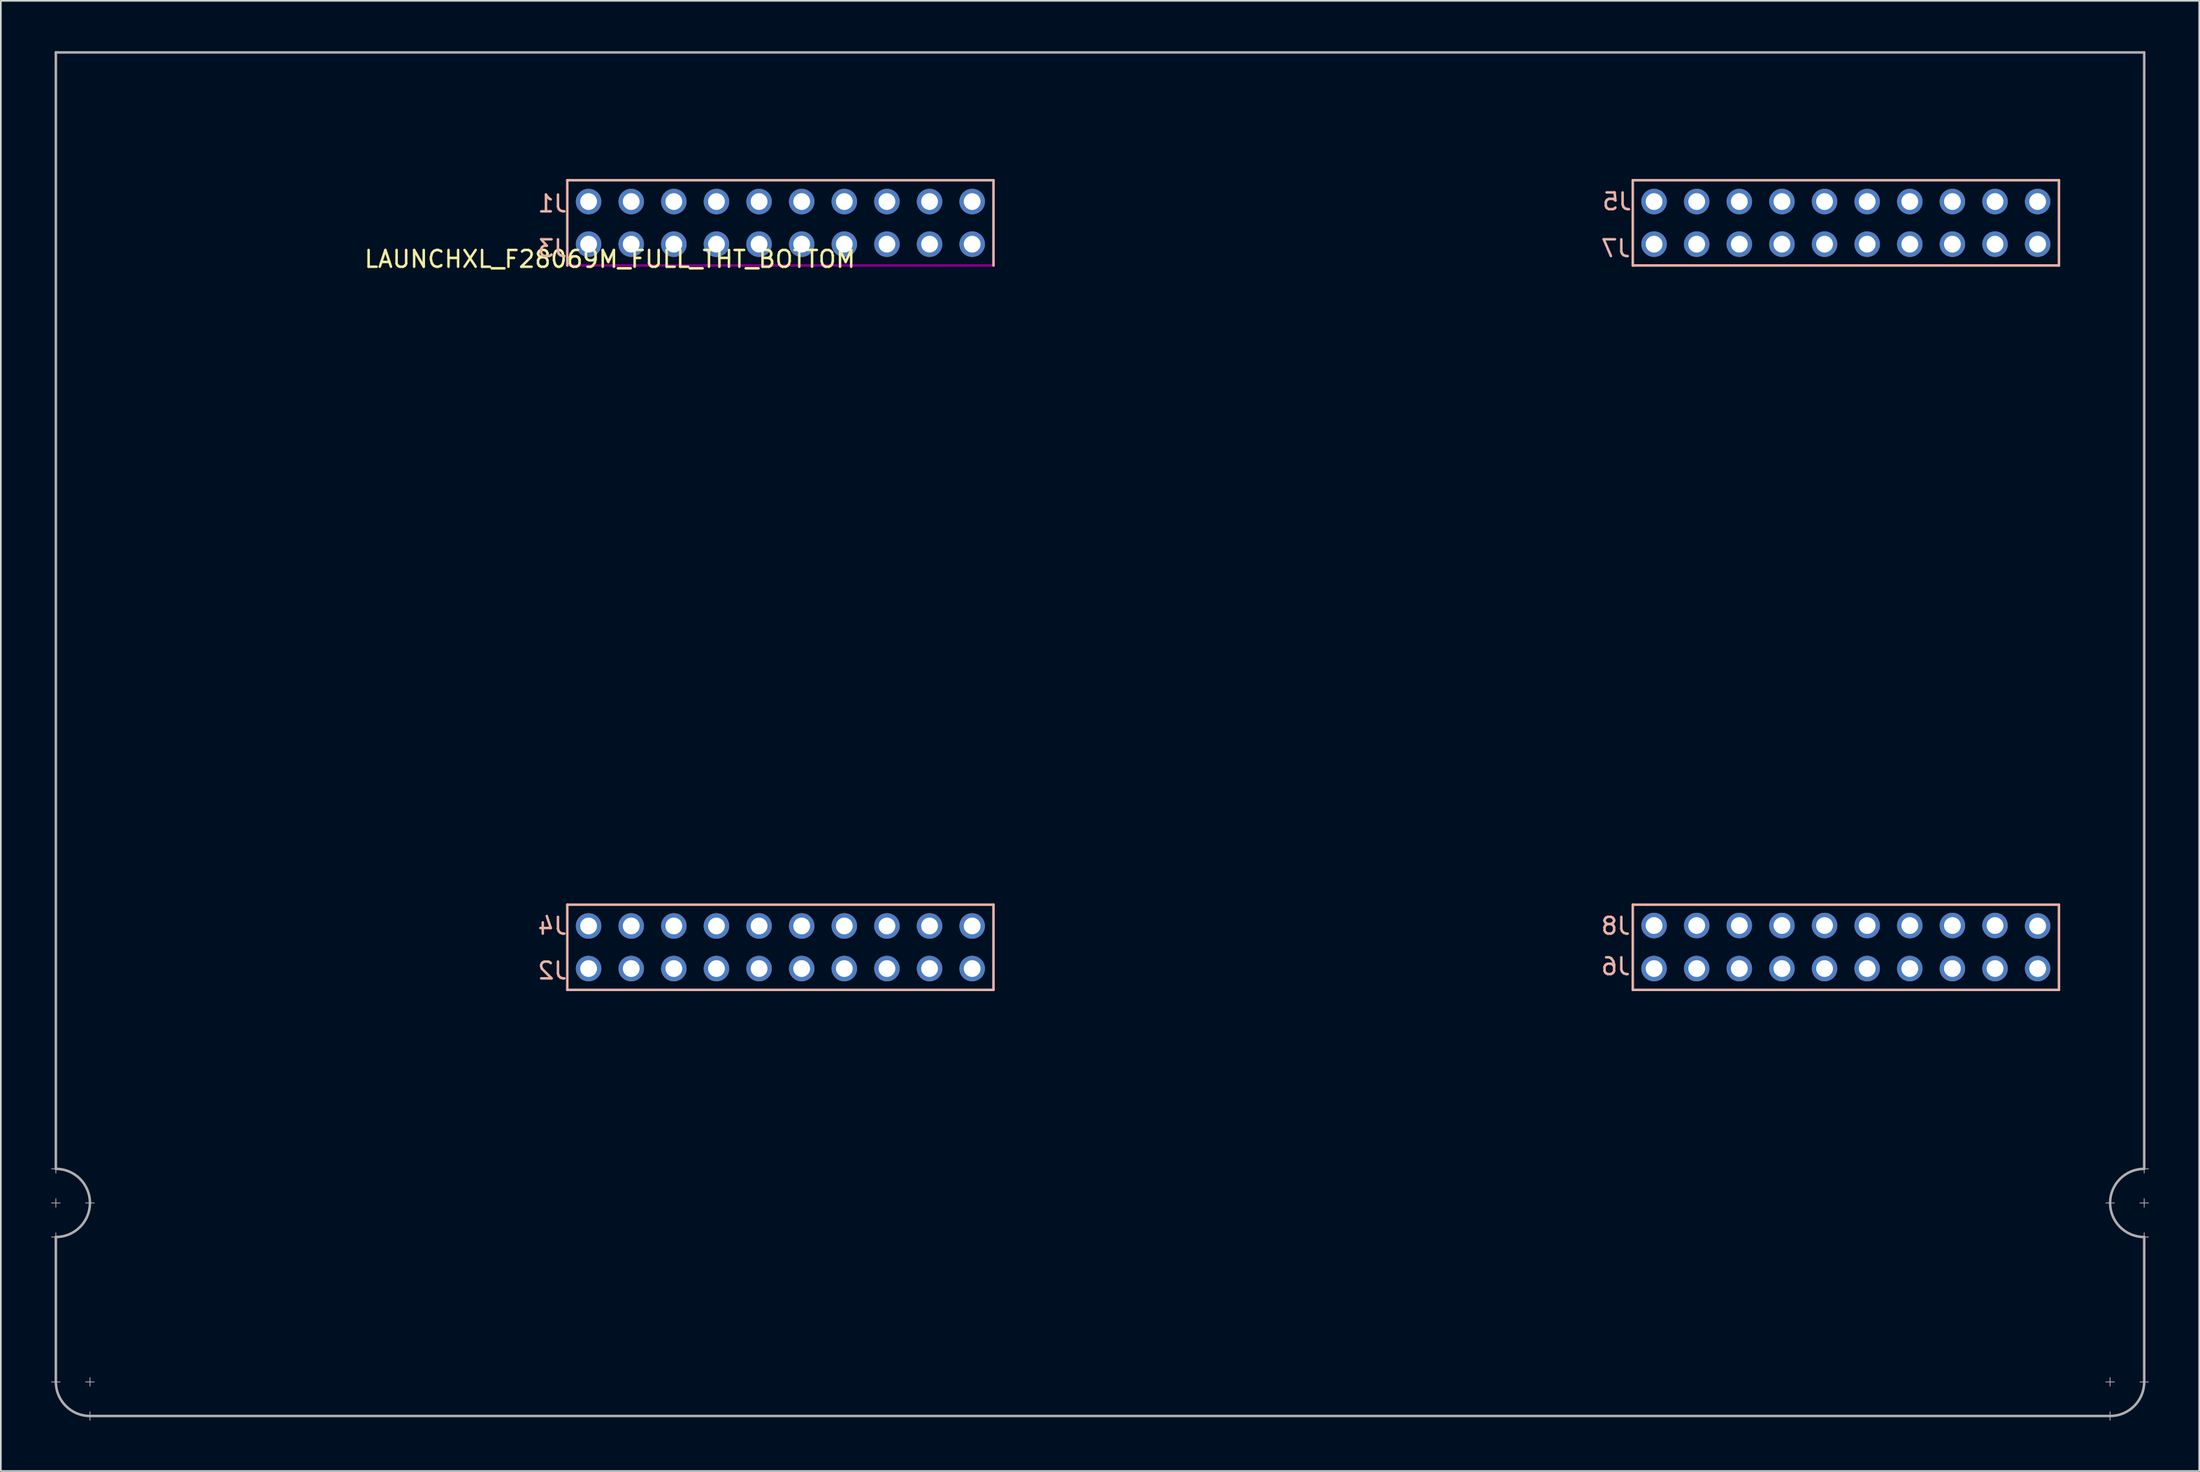
<source format=kicad_pcb>
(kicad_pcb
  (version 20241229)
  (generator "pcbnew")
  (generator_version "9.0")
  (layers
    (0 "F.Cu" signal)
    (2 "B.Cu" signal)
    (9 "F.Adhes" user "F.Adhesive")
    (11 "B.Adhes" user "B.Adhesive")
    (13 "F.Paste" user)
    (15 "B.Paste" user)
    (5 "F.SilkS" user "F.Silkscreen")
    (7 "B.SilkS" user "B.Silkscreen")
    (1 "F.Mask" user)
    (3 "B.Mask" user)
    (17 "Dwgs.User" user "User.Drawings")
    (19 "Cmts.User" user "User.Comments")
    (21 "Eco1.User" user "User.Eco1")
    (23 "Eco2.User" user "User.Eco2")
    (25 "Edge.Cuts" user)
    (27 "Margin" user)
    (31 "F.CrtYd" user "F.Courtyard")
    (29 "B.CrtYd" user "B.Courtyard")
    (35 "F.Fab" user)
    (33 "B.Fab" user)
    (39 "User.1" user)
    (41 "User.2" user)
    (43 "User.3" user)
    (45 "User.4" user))
  (footprint "LAUNCHXL_F28069M_FULL_THT_BOTTOM"
    (layer "F.Cu")
    (at 0.279 55.955)
    (property "Reference" "LAUNCHXL_F28069M_FULL_THT_BOTTOM" (at 33.02 -43.561 0) (layer "F.SilkS") (effects (font (size 1 1) (thickness 0.15))))
    (attr through_hole)
    (fp_line (start 30.48 -48.26) (end 30.48 -43.18) (stroke (width 0.15) (type solid)) (layer "B.SilkS"))
    (fp_line (start 30.48 -5.08) (end 30.48 0) (stroke (width 0.15) (type solid)) (layer "B.SilkS"))
    (fp_line (start 30.48 0) (end 55.88 0) (stroke (width 0.15) (type solid)) (layer "B.SilkS"))
    (fp_line (start 55.88 -48.26) (end 30.48 -48.26) (stroke (width 0.15) (type solid)) (layer "B.SilkS"))
    (fp_line (start 55.88 -43.18) (end 55.88 -48.26) (stroke (width 0.15) (type solid)) (layer "B.SilkS"))
    (fp_line (start 55.88 -5.08) (end 30.48 -5.08) (stroke (width 0.15) (type solid)) (layer "B.SilkS"))
    (fp_line (start 55.88 0) (end 55.88 -5.08) (stroke (width 0.15) (type solid)) (layer "B.SilkS"))
    (fp_line (start 93.98 -48.26) (end 93.98 -43.18) (stroke (width 0.15) (type solid)) (layer "B.SilkS"))
    (fp_line (start 93.98 -43.18) (end 119.38 -43.18) (stroke (width 0.15) (type solid)) (layer "B.SilkS"))
    (fp_line (start 93.98 -5.08) (end 93.98 0) (stroke (width 0.15) (type solid)) (layer "B.SilkS"))
    (fp_line (start 93.98 0) (end 119.38 0) (stroke (width 0.15) (type solid)) (layer "B.SilkS"))
    (fp_line (start 119.38 -48.26) (end 93.98 -48.26) (stroke (width 0.15) (type solid)) (layer "B.SilkS"))
    (fp_line (start 119.38 -43.18) (end 119.38 -48.26) (stroke (width 0.15) (type solid)) (layer "B.SilkS"))
    (fp_line (start 119.38 -5.08) (end 93.98 -5.08) (stroke (width 0.15) (type solid)) (layer "B.SilkS"))
    (fp_line (start 119.38 0) (end 119.38 -5.08) (stroke (width 0.15) (type solid)) (layer "B.SilkS"))
    (fp_line (start 30.48 -43.18) (end 55.88 -43.18) (stroke (width 0.15) (type solid)) (layer "F.Adhes"))
    (fp_line (start -0.254 10.668) (end 0.254 10.668) (stroke (width 0.05) (type solid)) (layer "F.Fab"))
    (fp_line (start -0.254 12.7) (end 0.254 12.7) (stroke (width 0.05) (type solid)) (layer "F.Fab"))
    (fp_line (start -0.254 14.732) (end 0.254 14.732) (stroke (width 0.05) (type solid)) (layer "F.Fab"))
    (fp_line (start 0 -55.88) (end 0 10.668) (stroke (width 0.15) (type solid)) (layer "F.Fab"))
    (fp_line (start 0 10.414) (end 0 10.922) (stroke (width 0.05) (type solid)) (layer "F.Fab"))
    (fp_line (start 0 12.446) (end 0 12.954) (stroke (width 0.05) (type solid)) (layer "F.Fab"))
    (fp_line (start 0 14.478) (end 0 14.986) (stroke (width 0.05) (type solid)) (layer "F.Fab"))
    (fp_line (start 0 14.732) (end 0 23.368) (stroke (width 0.15) (type solid)) (layer "F.Fab"))
    (fp_line (start 0 23.114) (end 0 23.622) (stroke (width 0.05) (type solid)) (layer "F.Fab"))
    (fp_line (start 0.254 23.368) (end -0.254 23.368) (stroke (width 0.05) (type solid)) (layer "F.Fab"))
    (fp_line (start 1.778 12.7) (end 2.286 12.7) (stroke (width 0.05) (type solid)) (layer "F.Fab"))
    (fp_line (start 2.032 23.114) (end 2.032 23.622) (stroke (width 0.05) (type solid)) (layer "F.Fab"))
    (fp_line (start 2.032 25.146) (end 2.032 25.654) (stroke (width 0.05) (type solid)) (layer "F.Fab"))
    (fp_line (start 2.032 25.4) (end 122.428 25.4) (stroke (width 0.15) (type solid)) (layer "F.Fab"))
    (fp_line (start 2.286 23.368) (end 1.778 23.368) (stroke (width 0.05) (type solid)) (layer "F.Fab"))
    (fp_line (start 122.174 23.368) (end 122.682 23.368) (stroke (width 0.05) (type solid)) (layer "F.Fab"))
    (fp_line (start 122.174 25.4) (end 122.682 25.4) (stroke (width 0.05) (type solid)) (layer "F.Fab"))
    (fp_line (start 122.428 23.114) (end 122.428 23.622) (stroke (width 0.05) (type solid)) (layer "F.Fab"))
    (fp_line (start 122.428 25.146) (end 122.428 25.654) (stroke (width 0.05) (type solid)) (layer "F.Fab"))
    (fp_line (start 122.682 12.7) (end 122.174 12.7) (stroke (width 0.05) (type solid)) (layer "F.Fab"))
    (fp_line (start 124.206 23.368) (end 124.714 23.368) (stroke (width 0.05) (type solid)) (layer "F.Fab"))
    (fp_line (start 124.46 -55.88) (end 0 -55.88) (stroke (width 0.15) (type solid)) (layer "F.Fab"))
    (fp_line (start 124.46 10.668) (end 124.46 -55.88) (stroke (width 0.15) (type solid)) (layer "F.Fab"))
    (fp_line (start 124.46 10.922) (end 124.46 10.414) (stroke (width 0.05) (type solid)) (layer "F.Fab"))
    (fp_line (start 124.46 12.954) (end 124.46 12.446) (stroke (width 0.05) (type solid)) (layer "F.Fab"))
    (fp_line (start 124.46 14.732) (end 124.46 23.368) (stroke (width 0.15) (type solid)) (layer "F.Fab"))
    (fp_line (start 124.46 14.986) (end 124.46 14.478) (stroke (width 0.05) (type solid)) (layer "F.Fab"))
    (fp_line (start 124.714 10.668) (end 124.206 10.668) (stroke (width 0.05) (type solid)) (layer "F.Fab"))
    (fp_line (start 124.714 12.7) (end 124.206 12.7) (stroke (width 0.05) (type solid)) (layer "F.Fab"))
    (fp_line (start 124.714 14.732) (end 124.206 14.732) (stroke (width 0.05) (type solid)) (layer "F.Fab"))
    (fp_arc (start 0 10.668) (mid 1.436841 11.263159) (end 2.032 12.7) (stroke (width 0.15) (type solid)) (layer "F.Fab"))
    (fp_arc (start 2.032 12.7) (mid 1.436841 14.136841) (end 0 14.732) (stroke (width 0.15) (type solid)) (layer "F.Fab"))
    (fp_arc (start 2.032 25.4) (mid 0.595159 24.804841) (end 0 23.368) (stroke (width 0.15) (type solid)) (layer "F.Fab"))
    (fp_arc (start 122.428 12.7) (mid 123.023159 11.263159) (end 124.46 10.668) (stroke (width 0.15) (type solid)) (layer "F.Fab"))
    (fp_arc (start 124.46 14.732) (mid 123.023159 14.136841) (end 122.428 12.7) (stroke (width 0.15) (type solid)) (layer "F.Fab"))
    (fp_arc (start 124.46 23.368) (mid 123.864841 24.804841) (end 122.428 25.4) (stroke (width 0.15) (type solid)) (layer "F.Fab"))
    (fp_text user "J8" (at 92.964 -3.81 0) (layer "B.SilkS") (effects (font (size 1 1) (thickness 0.15)) (justify mirror)))
    (fp_text user "J1" (at 29.591 -46.863 0) (layer "B.SilkS") (effects (font (size 1 1) (thickness 0.15)) (justify mirror)))
    (fp_text user "J2" (at 29.591 -1.143 0) (layer "B.SilkS") (effects (font (size 1 1) (thickness 0.15)) (justify mirror)))
    (fp_text user "J4" (at 29.591 -3.81 0) (layer "B.SilkS") (effects (font (size 1 1) (thickness 0.15)) (justify mirror)))
    (fp_text user "J3" (at 29.591 -44.196 0) (layer "B.SilkS") (effects (font (size 1 1) (thickness 0.15)) (justify mirror)))
    (fp_text user "J5" (at 93.04 -46.99 0) (layer "B.SilkS") (effects (font (size 1 1) (thickness 0.15)) (justify mirror)))
    (fp_text user "J6" (at 92.964 -1.397 0) (layer "B.SilkS") (effects (font (size 1 1) (thickness 0.15)) (justify mirror)))
    (fp_text user "J7" (at 92.964 -44.196 0) (layer "B.SilkS") (effects (font (size 1 1) (thickness 0.15)) (justify mirror)))
    (pad "+3V3" thru_hole circle (at 54.61 -46.99) (size 1.52 1.52) (drill 1) (layers "*.Cu" "*.Mask"))
    (pad "+3V3`" thru_hole circle (at 118.11 -46.99) (size 1.52 1.52) (drill 1) (layers "*.Cu" "*.Mask"))
    (pad "+5V" thru_hole circle (at 54.61 -44.45) (size 1.52 1.52) (drill 1) (layers "*.Cu" "*.Mask"))
    (pad "+5V`" thru_hole circle (at 118.11 -44.45) (size 1.52 1.52) (drill 1) (layers "*.Cu" "*.Mask"))
    (pad "A_A0" thru_hole circle (at 39.37 -44.45) (size 1.52 1.52) (drill 1) (layers "*.Cu" "*.Mask"))
    (pad "A_A1" thru_hole circle (at 34.29 -44.45) (size 1.52 1.52) (drill 1) (layers "*.Cu" "*.Mask"))
    (pad "A_A2" thru_hole circle (at 44.45 -44.45) (size 1.52 1.52) (drill 1) (layers "*.Cu" "*.Mask"))
    (pad "A_A3" thru_hole circle (at 102.87 -44.45) (size 1.52 1.52) (drill 1) (layers "*.Cu" "*.Mask"))
    (pad "A_A4" thru_hole circle (at 97.79 -44.45) (size 1.52 1.52) (drill 1) (layers "*.Cu" "*.Mask"))
    (pad "A_A5" thru_hole circle (at 107.95 -44.45) (size 1.52 1.52) (drill 1) (layers "*.Cu" "*.Mask"))
    (pad "A_A6" thru_hole circle (at 52.07 -46.99) (size 1.52 1.52) (drill 1) (layers "*.Cu" "*.Mask"))
    (pad "A_A7" thru_hole circle (at 49.53 -44.45) (size 1.52 1.52) (drill 1) (layers "*.Cu" "*.Mask"))
    (pad "A_B0" thru_hole circle (at 36.83 -44.45) (size 1.52 1.52) (drill 1) (layers "*.Cu" "*.Mask"))
    (pad "A_B1" thru_hole circle (at 46.99 -44.45) (size 1.52 1.52) (drill 1) (layers "*.Cu" "*.Mask"))
    (pad "A_B2" thru_hole circle (at 41.91 -44.45) (size 1.52 1.52) (drill 1) (layers "*.Cu" "*.Mask"))
    (pad "A_B3" thru_hole circle (at 100.33 -44.45) (size 1.52 1.52) (drill 1) (layers "*.Cu" "*.Mask"))
    (pad "A_B4" thru_hole circle (at 110.49 -44.45) (size 1.52 1.52) (drill 1) (layers "*.Cu" "*.Mask"))
    (pad "A_B5" thru_hole circle (at 105.41 -44.45) (size 1.52 1.52) (drill 1) (layers "*.Cu" "*.Mask"))
    (pad "A_B6" thru_hole circle (at 41.91 -46.99) (size 1.52 1.52) (drill 1) (layers "*.Cu" "*.Mask"))
    (pad "A_B7" thru_hole circle (at 113.03 -44.45) (size 1.52 1.52) (drill 1) (layers "*.Cu" "*.Mask"))
    (pad "DAC1" thru_hole circle (at 34.29 -3.81) (size 1.52 1.52) (drill 1) (layers "*.Cu" "*.Mask"))
    (pad "DAC2" thru_hole circle (at 31.75 -3.81) (size 1.52 1.52) (drill 1) (layers "*.Cu" "*.Mask"))
    (pad "DAC3" thru_hole circle (at 97.79 -3.835) (size 1.52 1.52) (drill 1) (layers "*.Cu" "*.Mask"))
    (pad "DAC4" thru_hole circle (at 95.25 -3.835) (size 1.52 1.52) (drill 1) (layers "*.Cu" "*.Mask"))
    (pad "GND" thru_hole circle (at 52.07 -44.45) (size 1.52 1.52) (drill 1) (layers "*.Cu" "*.Mask"))
    (pad "GND" thru_hole circle (at 54.61 -1.27) (size 1.52 1.52) (drill 1) (layers "*.Cu" "*.Mask"))
    (pad "GND" thru_hole circle (at 115.57 -44.45) (size 1.52 1.52) (drill 1) (layers "*.Cu" "*.Mask"))
    (pad "GND" thru_hole circle (at 118.11 -1.27) (size 1.52 1.52) (drill 1) (layers "*.Cu" "*.Mask"))
    (pad "NC_1" thru_hole circle (at 46.99 -1.27) (size 1.52 1.52) (drill 1) (layers "*.Cu" "*.Mask"))
    (pad "NC_2" thru_hole circle (at 31.75 -44.45) (size 1.52 1.52) (drill 1) (layers "*.Cu" "*.Mask"))
    (pad "NC_3" thru_hole circle (at 36.83 -3.81) (size 1.52 1.52) (drill 1) (layers "*.Cu" "*.Mask"))
    (pad "NC_4" thru_hole circle (at 115.57 -46.99) (size 1.52 1.52) (drill 1) (layers "*.Cu" "*.Mask"))
    (pad "NC_5" thru_hole circle (at 105.41 -46.99) (size 1.52 1.52) (drill 1) (layers "*.Cu" "*.Mask"))
    (pad "NC_6" thru_hole circle (at 110.49 -1.27) (size 1.52 1.52) (drill 1) (layers "*.Cu" "*.Mask"))
    (pad "NC_7" thru_hole circle (at 95.25 -44.45) (size 1.52 1.52) (drill 1) (layers "*.Cu" "*.Mask"))
    (pad "NC_8" thru_hole circle (at 102.87 -3.835) (size 1.52 1.52) (drill 1) (layers "*.Cu" "*.Mask"))
    (pad "NC_9" thru_hole circle (at 100.33 -3.835) (size 1.52 1.52) (drill 1) (layers "*.Cu" "*.Mask"))
    (pad "P_0" thru_hole circle (at 54.61 -3.81) (size 1.52 1.52) (drill 1) (layers "*.Cu" "*.Mask"))
    (pad "P_1" thru_hole circle (at 52.07 -3.81) (size 1.52 1.52) (drill 1) (layers "*.Cu" "*.Mask"))
    (pad "P_2" thru_hole circle (at 49.53 -3.81) (size 1.52 1.52) (drill 1) (layers "*.Cu" "*.Mask"))
    (pad "P_3" thru_hole circle (at 46.99 -3.81) (size 1.52 1.52) (drill 1) (layers "*.Cu" "*.Mask"))
    (pad "P_4" thru_hole circle (at 44.45 -3.81) (size 1.52 1.52) (drill 1) (layers "*.Cu" "*.Mask"))
    (pad "P_5" thru_hole circle (at 41.91 -3.81) (size 1.52 1.52) (drill 1) (layers "*.Cu" "*.Mask"))
    (pad "P_6" thru_hole circle (at 118.11 -3.81) (size 1.52 1.52) (drill 1) (layers "*.Cu" "*.Mask"))
    (pad "P_7" thru_hole circle (at 115.57 -3.835) (size 1.52 1.52) (drill 1) (layers "*.Cu" "*.Mask"))
    (pad "P_8" thru_hole circle (at 113.03 -3.835) (size 1.52 1.52) (drill 1) (layers "*.Cu" "*.Mask"))
    (pad "P_9" thru_hole circle (at 110.49 -3.835) (size 1.52 1.52) (drill 1) (layers "*.Cu" "*.Mask"))
    (pad "P_10" thru_hole circle (at 107.95 -3.835) (size 1.52 1.52) (drill 1) (layers "*.Cu" "*.Mask"))
    (pad "P_11" thru_hole circle (at 105.41 -3.835) (size 1.52 1.52) (drill 1) (layers "*.Cu" "*.Mask"))
    (pad "P_12" thru_hole circle (at 44.45 -46.99) (size 1.52 1.52) (drill 1) (layers "*.Cu" "*.Mask"))
    (pad "P_13" thru_hole circle (at 39.37 -3.81) (size 1.52 1.52) (drill 1) (layers "*.Cu" "*.Mask"))
    (pad "P_14" thru_hole circle (at 102.87 -46.99) (size 1.52 1.52) (drill 1) (layers "*.Cu" "*.Mask"))
    (pad "P_15" thru_hole circle (at 113.03 -46.99) (size 1.52 1.52) (drill 1) (layers "*.Cu" "*.Mask"))
    (pad "P_16" thru_hole circle (at 41.91 -1.27) (size 1.52 1.52) (drill 1) (layers "*.Cu" "*.Mask"))
    (pad "P_17" thru_hole circle (at 39.37 -1.27) (size 1.52 1.52) (drill 1) (layers "*.Cu" "*.Mask"))
    (pad "P_18" thru_hole circle (at 39.37 -46.99) (size 1.52 1.52) (drill 1) (layers "*.Cu" "*.Mask"))
    (pad "P_19" thru_hole circle (at 52.07 -1.27) (size 1.52 1.52) (drill 1) (layers "*.Cu" "*.Mask"))
    (pad "P_20" thru_hole circle (at 107.95 -46.99) (size 1.52 1.52) (drill 1) (layers "*.Cu" "*.Mask"))
    (pad "P_21" thru_hole circle (at 100.33 -46.99) (size 1.52 1.52) (drill 1) (layers "*.Cu" "*.Mask"))
    (pad "P_22" thru_hole circle (at 36.83 -46.99) (size 1.52 1.52) (drill 1) (layers "*.Cu" "*.Mask"))
    (pad "P_23" thru_hole circle (at 97.79 -46.99) (size 1.52 1.52) (drill 1) (layers "*.Cu" "*.Mask"))
    (pad "P_24" thru_hole circle (at 105.41 -1.27) (size 1.52 1.52) (drill 1) (layers "*.Cu" "*.Mask"))
    (pad "P_25" thru_hole circle (at 102.87 -1.27) (size 1.52 1.52) (drill 1) (layers "*.Cu" "*.Mask"))
    (pad "P_26" thru_hole circle (at 113.03 -1.27) (size 1.52 1.52) (drill 1) (layers "*.Cu" "*.Mask"))
    (pad "P_27" thru_hole circle (at 115.57 -1.27) (size 1.52 1.52) (drill 1) (layers "*.Cu" "*.Mask"))
    (pad "P_28" thru_hole circle (at 49.53 -46.99) (size 1.52 1.52) (drill 1) (layers "*.Cu" "*.Mask"))
    (pad "P_29" thru_hole circle (at 46.99 -46.99) (size 1.52 1.52) (drill 1) (layers "*.Cu" "*.Mask"))
    (pad "P_32" thru_hole circle (at 31.75 -46.99) (size 1.52 1.52) (drill 1) (layers "*.Cu" "*.Mask"))
    (pad "P_33" thru_hole circle (at 34.29 -46.99) (size 1.52 1.52) (drill 1) (layers "*.Cu" "*.Mask"))
    (pad "P_44" thru_hole circle (at 49.53 -1.27) (size 1.52 1.52) (drill 1) (layers "*.Cu" "*.Mask"))
    (pad "P_50" thru_hole circle (at 36.83 -1.27) (size 1.52 1.52) (drill 1) (layers "*.Cu" "*.Mask"))
    (pad "P_51" thru_hole circle (at 34.29 -1.27) (size 1.52 1.52) (drill 1) (layers "*.Cu" "*.Mask"))
    (pad "P_52" thru_hole circle (at 100.33 -1.27) (size 1.52 1.52) (drill 1) (layers "*.Cu" "*.Mask"))
    (pad "P_53" thru_hole circle (at 97.79 -1.27) (size 1.52 1.52) (drill 1) (layers "*.Cu" "*.Mask"))
    (pad "P_54" thru_hole circle (at 95.25 -46.99) (size 1.52 1.52) (drill 1) (layers "*.Cu" "*.Mask"))
    (pad "P_55" thru_hole circle (at 31.75 -1.27) (size 1.52 1.52) (drill 1) (layers "*.Cu" "*.Mask"))
    (pad "P_56" thru_hole circle (at 95.25 -1.27) (size 1.52 1.52) (drill 1) (layers "*.Cu" "*.Mask"))
    (pad "P_58" thru_hole circle (at 110.49 -46.99) (size 1.52 1.52) (drill 1) (layers "*.Cu" "*.Mask"))
    (pad "Rese" thru_hole circle (at 44.45 -1.27) (size 1.52 1.52) (drill 1) (layers "*.Cu" "*.Mask"))
    (pad "Rese`" thru_hole circle (at 107.95 -1.27) (size 1.52 1.52) (drill 1) (layers "*.Cu" "*.Mask")))
  (gr_rect
    (start -3 -3)
    (end 128.018 84.634)
    (stroke (width 0.1) (type default))
    (fill no)
    (layer "Edge.Cuts")))
</source>
